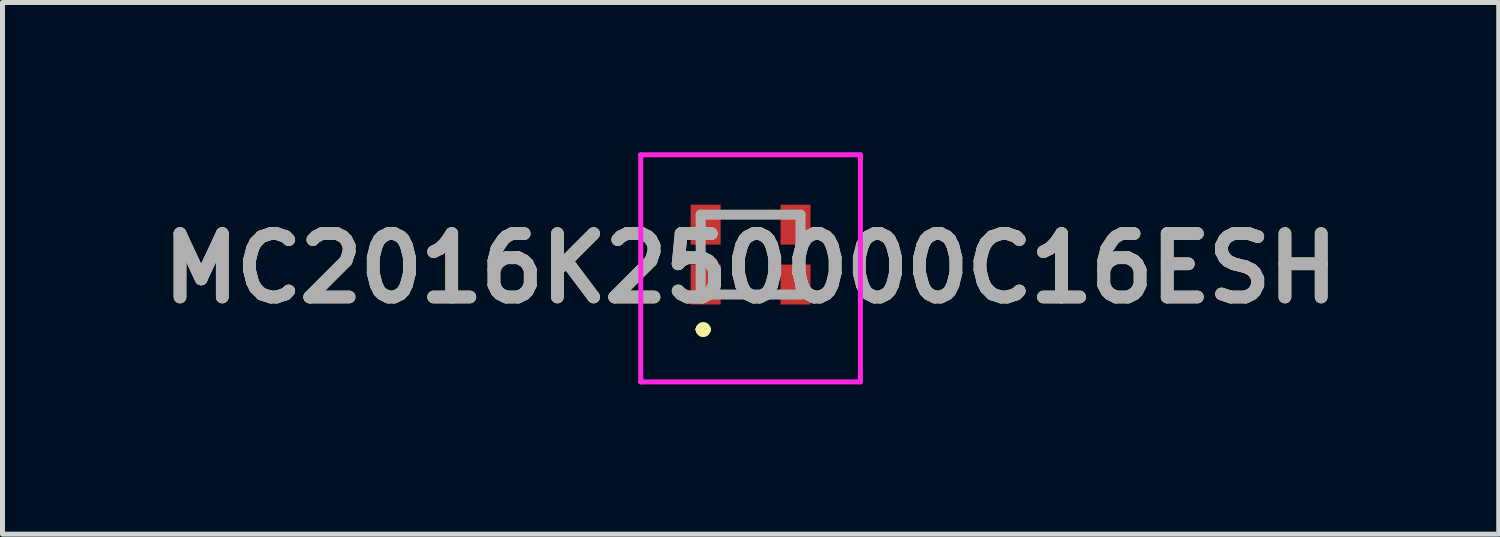
<source format=kicad_pcb>
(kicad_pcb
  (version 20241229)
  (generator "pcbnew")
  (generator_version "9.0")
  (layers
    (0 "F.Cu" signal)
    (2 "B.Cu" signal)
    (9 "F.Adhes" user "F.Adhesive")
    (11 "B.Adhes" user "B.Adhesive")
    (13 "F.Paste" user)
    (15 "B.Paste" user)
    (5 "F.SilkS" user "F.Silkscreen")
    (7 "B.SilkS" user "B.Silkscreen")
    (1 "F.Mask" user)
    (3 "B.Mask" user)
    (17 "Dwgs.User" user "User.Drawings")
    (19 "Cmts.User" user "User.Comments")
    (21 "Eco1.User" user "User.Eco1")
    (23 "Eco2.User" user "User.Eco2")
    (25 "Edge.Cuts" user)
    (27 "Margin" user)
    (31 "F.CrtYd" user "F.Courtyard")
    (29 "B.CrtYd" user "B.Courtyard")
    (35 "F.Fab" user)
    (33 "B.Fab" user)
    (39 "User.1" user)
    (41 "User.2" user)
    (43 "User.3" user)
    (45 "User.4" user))
  (footprint "MC2016K250000C16ESH"
    (layer "F.Cu")
    (at 11.986 2.05)
    (property "Reference" "MC2016K250000C16ESH" (at 0 0.275 0) (layer "F.SilkS") (effects (font (size 1.27 1.27) (thickness 0.254))))
    (attr smd)
    (fp_line (start -1 1.5) (end -1 1.5) (stroke (width 0.2) (type solid)) (layer "F.SilkS"))
    (fp_line (start -1 1.5) (end -1 1.5) (stroke (width 0.2) (type solid)) (layer "F.SilkS"))
    (fp_line (start -0.9 1.5) (end -0.9 1.5) (stroke (width 0.2) (type solid)) (layer "F.SilkS"))
    (fp_line (start -0.25 -0.8) (end -0.25 -0.8) (stroke (width 0.1) (type solid)) (layer "F.SilkS"))
    (fp_line (start -0.25 -0.8) (end 0.25 -0.8) (stroke (width 0.1) (type solid)) (layer "F.SilkS"))
    (fp_line (start -0.25 0.8) (end -0.25 0.8) (stroke (width 0.1) (type solid)) (layer "F.SilkS"))
    (fp_line (start -0.25 0.8) (end 0.25 0.8) (stroke (width 0.1) (type solid)) (layer "F.SilkS"))
    (fp_line (start 0.25 -0.8) (end -0.25 -0.8) (stroke (width 0.1) (type solid)) (layer "F.SilkS"))
    (fp_line (start 0.25 -0.8) (end 0.25 -0.8) (stroke (width 0.1) (type solid)) (layer "F.SilkS"))
    (fp_line (start 0.25 0.8) (end -0.25 0.8) (stroke (width 0.1) (type solid)) (layer "F.SilkS"))
    (fp_line (start 0.25 0.8) (end 0.25 0.8) (stroke (width 0.1) (type solid)) (layer "F.SilkS"))
    (fp_arc (start -1 1.5) (mid -0.95 1.45) (end -0.9 1.5) (stroke (width 0.2) (type solid)) (layer "F.SilkS"))
    (fp_arc (start -0.9 1.5) (mid -0.95 1.55) (end -1 1.5) (stroke (width 0.2) (type solid)) (layer "F.SilkS"))
    (fp_arc (start -0.9 1.5) (mid -0.95 1.55) (end -1 1.5) (stroke (width 0.2) (type solid)) (layer "F.SilkS"))
    (fp_line (start -2.2 -2) (end 2.2 -2) (stroke (width 0.1) (type solid)) (layer "F.CrtYd"))
    (fp_line (start -2.2 2.55) (end -2.2 -2) (stroke (width 0.1) (type solid)) (layer "F.CrtYd"))
    (fp_line (start 2.2 -2) (end 2.2 2.55) (stroke (width 0.1) (type solid)) (layer "F.CrtYd"))
    (fp_line (start 2.2 2.55) (end -2.2 2.55) (stroke (width 0.1) (type solid)) (layer "F.CrtYd"))
    (fp_line (start -1 -0.8) (end -1 0.8) (stroke (width 0.2) (type solid)) (layer "F.Fab"))
    (fp_line (start -1 0.8) (end 1 0.8) (stroke (width 0.2) (type solid)) (layer "F.Fab"))
    (fp_line (start 1 -0.8) (end -1 -0.8) (stroke (width 0.2) (type solid)) (layer "F.Fab"))
    (fp_line (start 1 0.8) (end 1 -0.8) (stroke (width 0.2) (type solid)) (layer "F.Fab"))
    (fp_text user "${REFERENCE}" (at 0 0.275 0) (layer "F.Fab") (effects (font (size 1.27 1.27) (thickness 0.254))))
    (pad "1" smd rect (at -0.9 0.6) (size 0.6 0.8) (layers "F.Cu" "F.Mask" "F.Paste"))
    (pad "2" smd rect (at 0.9 0.6) (size 0.6 0.8) (layers "F.Cu" "F.Mask" "F.Paste"))
    (pad "3" smd rect (at 0.9 -0.6) (size 0.6 0.8) (layers "F.Cu" "F.Mask" "F.Paste"))
    (pad "4" smd rect (at -0.9 -0.6) (size 0.6 0.8) (layers "F.Cu" "F.Mask" "F.Paste")))
  (gr_rect
    (start -3 -3)
    (end 26.973 7.65)
    (stroke (width 0.1) (type default))
    (fill no)
    (layer "Edge.Cuts")))
</source>
